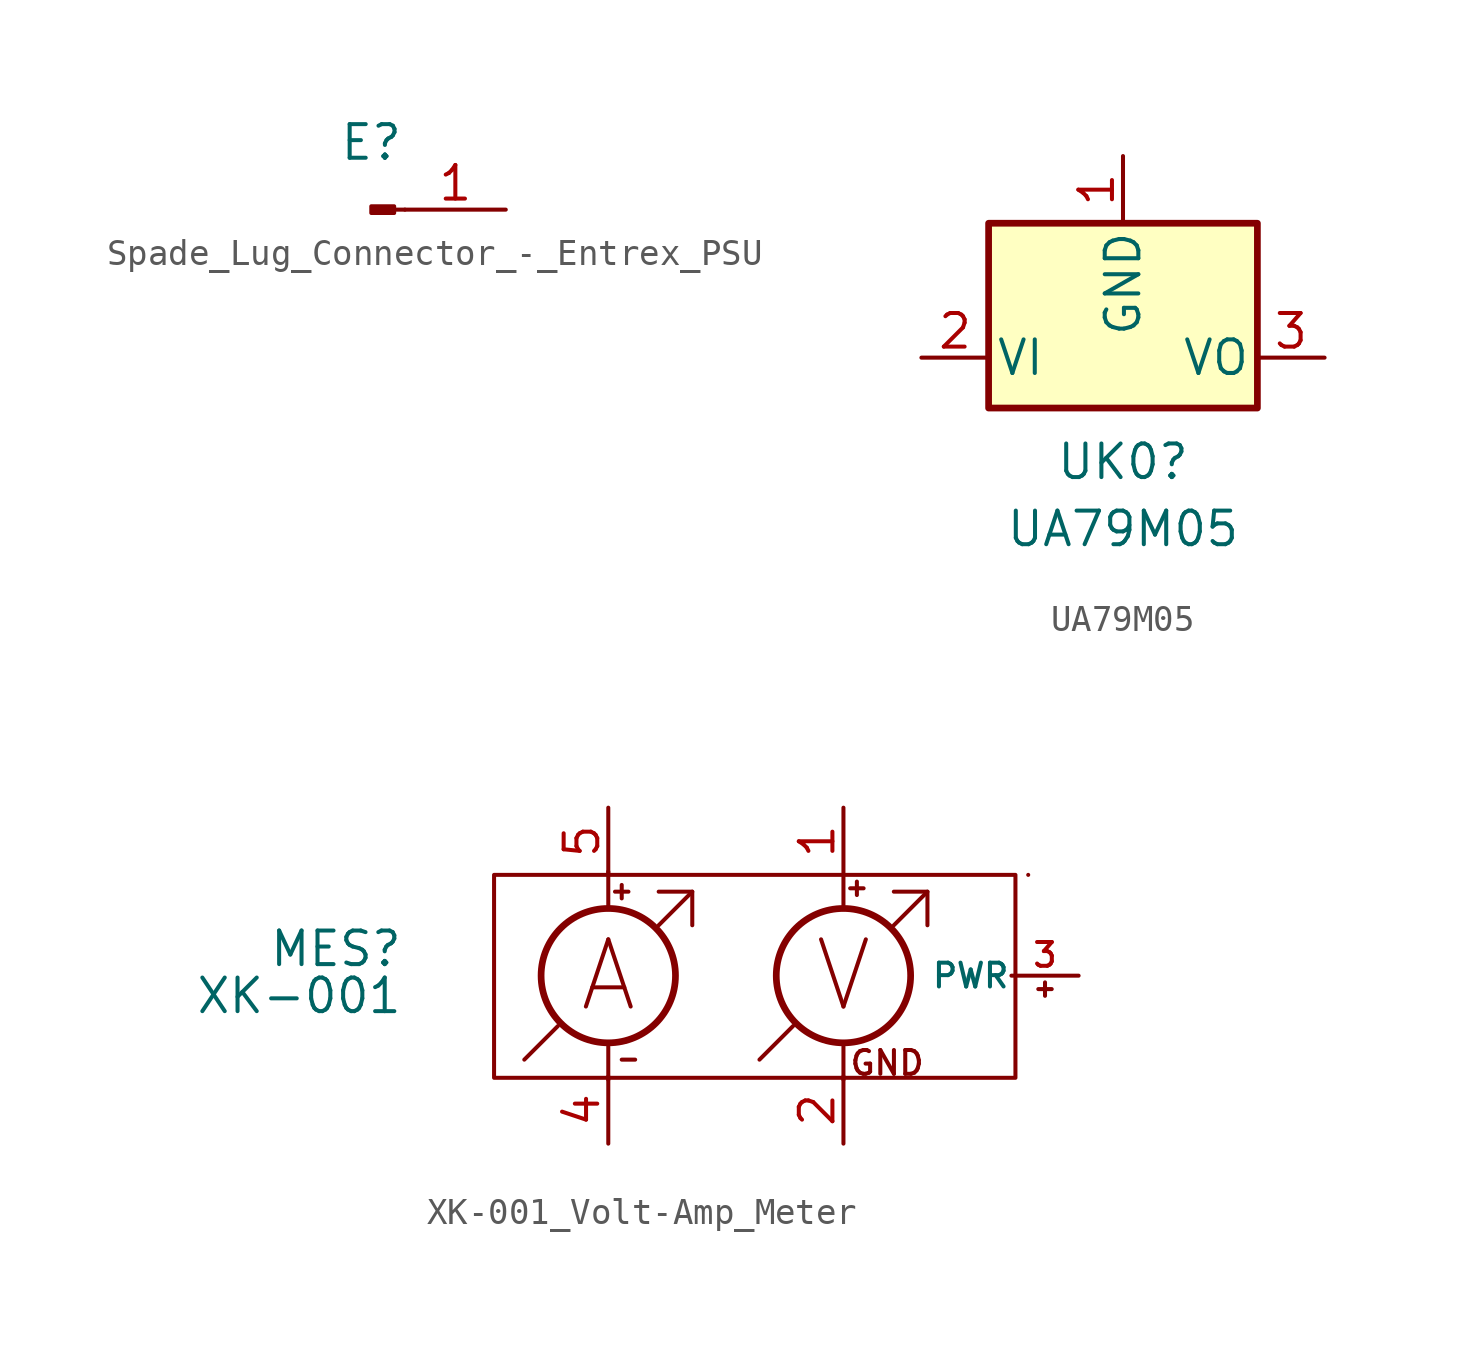
<source format=kicad_sym>
(kicad_symbol_lib
  (version 20220914)
  (generator kicad_symbol_editor)
  (symbol "Spade_Lug_Connector_-_Entrex_PSU"
    (pin_names
      (offset 1.016) hide)
    (property "Reference" "E"
      (at 0 2.54 0)
      (effects (font (size 1.27 1.27))))
    (property "ki_locked" ""
      (at 0 0 0)
      (effects (font (size 1.27 1.27))))
    (symbol "Spade_Lug_Connector_-_Entrex_PSU_1_1"
      (polyline (pts (xy 1.27 0) (xy 0.864 0)) (stroke (width 0.152) (type default)) (fill (type none)))
      (rectangle (start 0.864 0.127) (end 0 -0.127) (stroke (width 0.152) (type default)) (fill (type outline)))
      (pin passive line (at 5.08 0 180) (length 3.81) (name "Pin_1" (effects (font (size 1.27 1.27)))) (number "1" (effects (font (size 1.27 1.27)))))))
  (symbol "UA79M05"
    (pin_names
      (offset 0.254))
    (property "Reference" "UK0"
      (at 0 -3.935 0)
      (effects (font (size 1.27 1.27))))
    (property "Value" "UA79M05"
      (at 0 -6.472 0)
      (effects (font (size 1.27 1.27))))
    (symbol "UA79M05_0_1"
      (rectangle (start -5.08 5.08) (end 5.08 -1.905) (stroke (width 0.254) (type default)) (fill (type background))))
    (symbol "UA79M05_1_1"
      (pin power_in line (at 0 7.62 270) (length 2.54) (name "GND" (effects (font (size 1.27 1.27)))) (number "1" (effects (font (size 1.27 1.27)))))
      (pin power_in line (at -7.62 0 0) (length 2.54) (name "VI" (effects (font (size 1.27 1.27)))) (number "2" (effects (font (size 1.27 1.27)))))
      (pin power_out line (at 7.62 0 180) (length 2.54) (name "VO" (effects (font (size 1.27 1.27)))) (number "3" (effects (font (size 1.27 1.27)))))))
  (symbol "XK-001_Volt-Amp_Meter"
    (pin_names
      (offset 0.025))
    (property "Reference" "MES"
      (at -12.192 1.016 0)
      (effects (font (size 1.27 1.27)) (justify right)))
    (property "Value" "XK-001"
      (at -12.192 -0.762 0)
      (effects (font (size 1.27 1.27)) (justify right)))
    (symbol "XK-001_Volt-Amp_Meter_0_0"
      (polyline (pts (xy -7.62 -3.175) (xy -6.35 -1.905)) (stroke (width 0) (type default)) (fill (type none)))
      (polyline (pts (xy -2.54 1.905) (xy -1.27 3.175)) (stroke (width 0) (type default)) (fill (type none)))
      (polyline (pts (xy 1.27 -3.175) (xy 2.54 -1.905)) (stroke (width 0) (type default)) (fill (type none)))
      (polyline (pts (xy 6.35 1.905) (xy 7.62 3.175)) (stroke (width 0) (type default)) (fill (type none)))
      (polyline (pts (xy -2.54 3.175) (xy -1.27 3.175) (xy -1.27 1.905)) (stroke (width 0) (type default)) (fill (type none)))
      (polyline (pts (xy 6.35 3.175) (xy 7.62 3.175) (xy 7.62 1.905)) (stroke (width 0) (type default)) (fill (type none)))
      (text "A" (at -4.445 0 0) (effects (font (size 2.54 2.54))))
      (text "V" (at 4.445 0 0) (effects (font (size 2.54 2.54)))))
    (symbol "XK-001_Volt-Amp_Meter_0_1"
      (rectangle (start -8.763 3.81) (end 10.947 -3.861) (stroke (width 0) (type default)) (fill (type none)))
      (circle (center -4.445 0) (radius 2.54) (stroke (width 0.254) (type default)) (fill (type none)))
      (polyline (pts (xy -4.445 3.937) (xy -4.445 2.54)) (stroke (width 0) (type default)) (fill (type none)))
      (polyline (pts (xy -4.191 3.175) (xy -3.683 3.175)) (stroke (width 0) (type default)) (fill (type none)))
      (polyline (pts (xy -3.937 -3.175) (xy -3.429 -3.175)) (stroke (width 0) (type default)) (fill (type none)))
      (polyline (pts (xy -3.937 3.429) (xy -3.937 2.921)) (stroke (width 0) (type default)) (fill (type none)))
      (polyline (pts (xy 4.445 -3.937) (xy 4.445 -2.54)) (stroke (width 0) (type default)) (fill (type none)))
      (polyline (pts (xy 4.445 3.81) (xy 4.445 2.667)) (stroke (width 0) (type default)) (fill (type none)))
      (polyline (pts (xy 4.699 3.302) (xy 5.207 3.302)) (stroke (width 0) (type default)) (fill (type none)))
      (polyline (pts (xy 4.953 3.556) (xy 4.953 3.048)) (stroke (width 0) (type default)) (fill (type none)))
      (polyline (pts (xy 11.811 -0.508) (xy 12.319 -0.508)) (stroke (width 0) (type default)) (fill (type none)))
      (polyline (pts (xy 12.065 -0.254) (xy 12.065 -0.762)) (stroke (width 0) (type default)) (fill (type none)))
      (polyline (pts (xy -4.445 -3.937) (xy -4.445 -2.667) (xy -4.445 -2.54)) (stroke (width 0) (type default)) (fill (type none)))
      (circle (center 4.445 0) (radius 2.54) (stroke (width 0.254) (type default)) (fill (type none)))
      (rectangle (start 11.43 3.81) (end 11.43 3.81) (stroke (width 0) (type default)) (fill (type none)))
      (text "GND" (at 6.096 -3.302 0) (effects (font (size 0.9 0.9)))))
    (symbol "XK-001_Volt-Amp_Meter_1_1"
      (pin power_in line (at 4.445 6.35 270) (length 2.54) (name "" (effects (font (size 1.27 1.27)))) (number "1" (effects (font (size 1.27 1.27)))))
      (pin power_in line (at 4.445 -6.35 90) (length 2.54) (name "" (effects (font (size 1.27 1.27)))) (number "2" (effects (font (size 1.27 1.27)))))
      (pin power_in line (at 13.335 0 180) (length 2.54) (name "PWR" (effects (font (size 0.9 0.9)))) (number "3" (effects (font (size 0.9 0.9)))))
      (pin passive line (at -4.445 -6.35 90) (length 2.54) (name "" (effects (font (size 1.27 1.27)))) (number "4" (effects (font (size 1.27 1.27)))))
      (pin passive line (at -4.445 6.35 270) (length 2.54) (name "" (effects (font (size 1.27 1.27)))) (number "5" (effects (font (size 1.27 1.27))))))))
</source>
